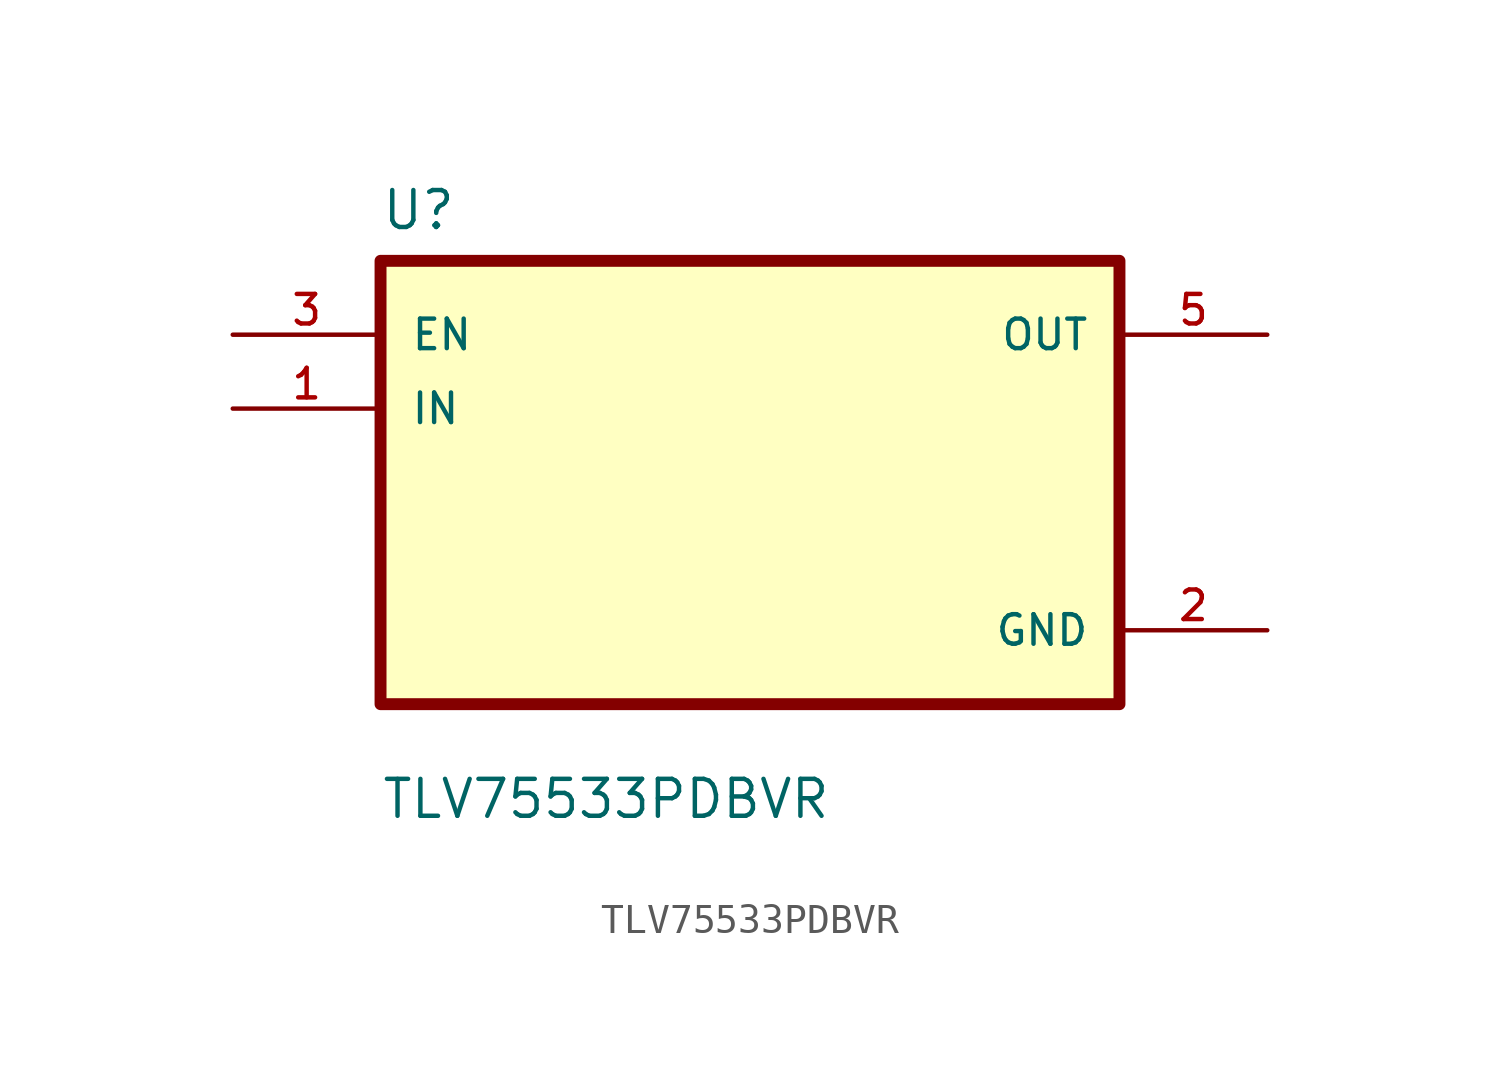
<source format=kicad_sym>
(kicad_symbol_lib
  (version 20241209)
  (generator "kicad_symbol_editor")
  (generator_version "9.0")
  (symbol "TLV75533PDBVR"
    (pin_names
      (offset 1.016))
    (property "Reference" "U"
      (at -12.7 8.62 0)
      (effects (font (size 1.27 1.27)) (justify left bottom)))
    (property "Value" "TLV75533PDBVR"
      (at -12.7 -11.62 0)
      (effects (font (size 1.27 1.27)) (justify left bottom)))
    (symbol "TLV75533PDBVR_0_0"
      (rectangle (start -12.7 7.62) (end 12.7 -7.62) (stroke (width 0.41) (type default)) (fill (type background)))
      (pin input line (at -17.78 5.08 0) (length 5.08) (name "EN" (effects (font (size 1.016 1.016)))) (number "3" (effects (font (size 1.016 1.016)))))
      (pin input line (at -17.78 2.54 0) (length 5.08) (name "IN" (effects (font (size 1.016 1.016)))) (number "1" (effects (font (size 1.016 1.016)))))
      (pin output line (at 17.78 5.08 180) (length 5.08) (name "OUT" (effects (font (size 1.016 1.016)))) (number "5" (effects (font (size 1.016 1.016)))))
      (pin power_in line (at 17.78 -5.08 180) (length 5.08) (name "GND" (effects (font (size 1.016 1.016)))) (number "2" (effects (font (size 1.016 1.016))))))
    (symbol "TLV75533PDBVR_1_1"
      (pin no_connect line (at 15.24 -1.27 180) (length 2.54) (hide yes) (name "NC" (effects (font (size 1.27 1.27)))) (number "4" (effects (font (size 1.27 1.27))))))))
</source>
